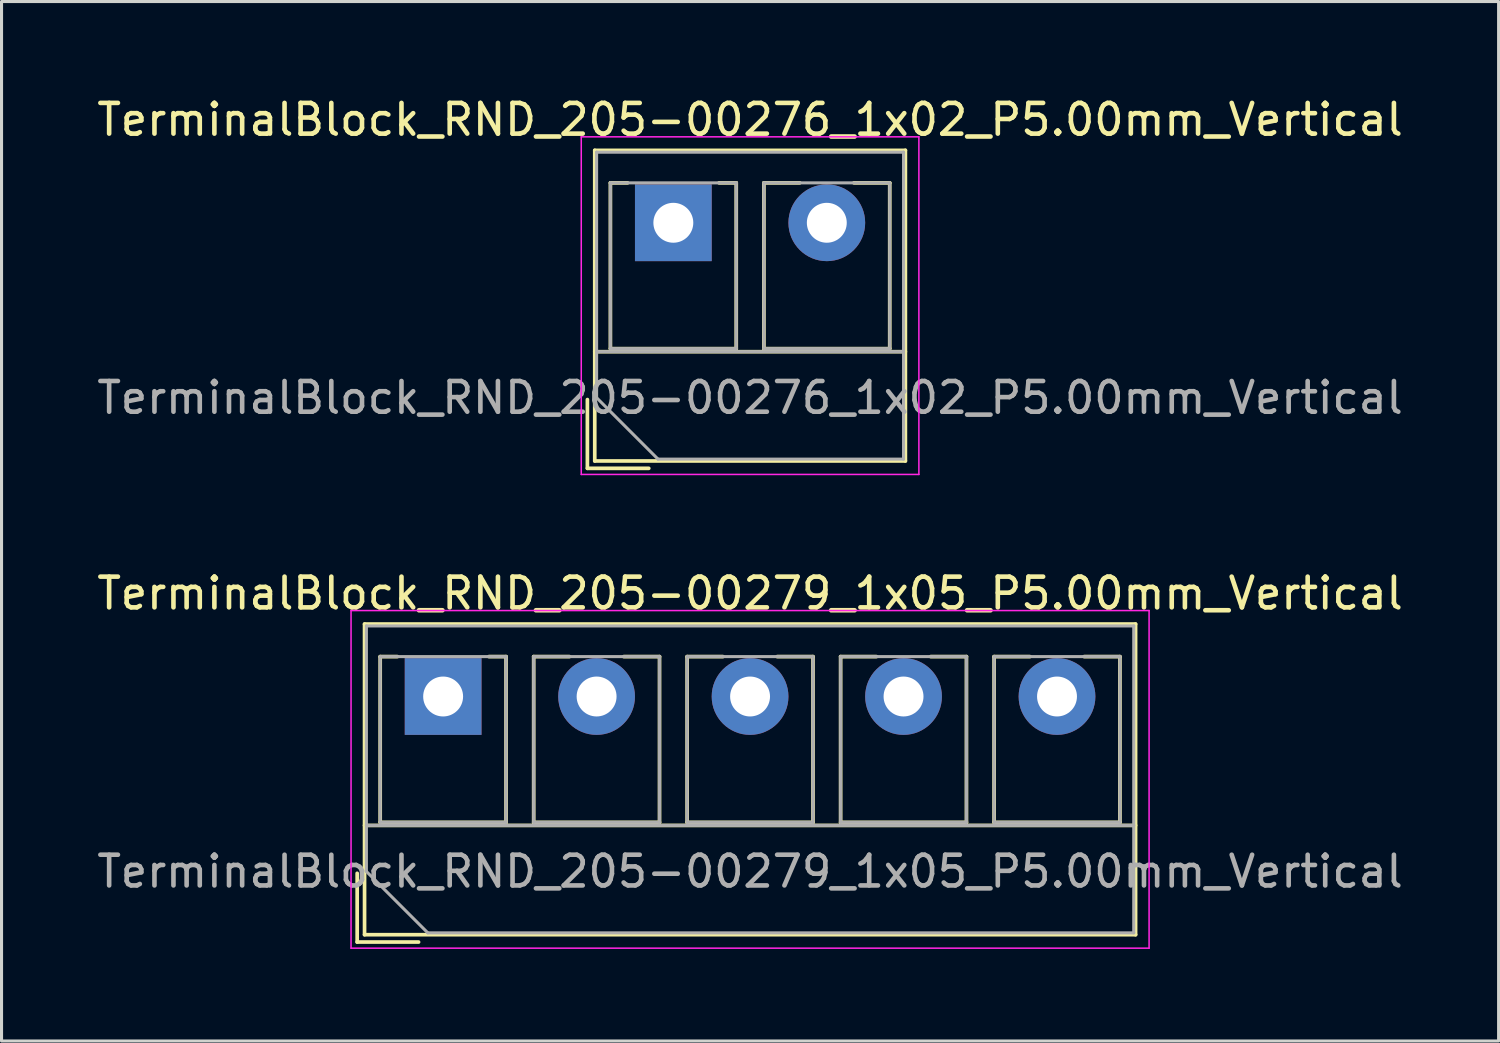
<source format=kicad_pcb>
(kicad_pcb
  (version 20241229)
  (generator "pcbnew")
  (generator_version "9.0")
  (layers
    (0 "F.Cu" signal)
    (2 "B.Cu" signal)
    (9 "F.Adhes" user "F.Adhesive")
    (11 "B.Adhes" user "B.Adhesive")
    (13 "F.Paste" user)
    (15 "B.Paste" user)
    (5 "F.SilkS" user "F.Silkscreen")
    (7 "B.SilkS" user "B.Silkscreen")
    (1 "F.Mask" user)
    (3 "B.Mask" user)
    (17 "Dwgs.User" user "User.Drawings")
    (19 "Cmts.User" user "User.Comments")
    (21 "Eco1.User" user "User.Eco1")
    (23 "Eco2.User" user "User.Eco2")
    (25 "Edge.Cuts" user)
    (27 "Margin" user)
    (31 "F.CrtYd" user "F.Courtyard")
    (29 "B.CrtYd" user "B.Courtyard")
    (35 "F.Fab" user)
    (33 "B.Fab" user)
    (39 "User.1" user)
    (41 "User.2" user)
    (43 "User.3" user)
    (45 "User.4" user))
  (footprint "TerminalBlock_RND_205-00279_1x05_P5.00mm_Vertical"
    (layer "F.Cu")
    (at 11.387 19.642)
    (property "Reference" "TerminalBlock_RND_205-00279_1x05_P5.00mm_Vertical" (at 10 -3.36 0) (layer "F.SilkS") (effects (font (size 1 1) (thickness 0.15))))
    (attr through_hole)
    (fp_line (start -2.8 5.76) (end -2.8 8) (stroke (width 0.12) (type solid)) (layer "F.SilkS"))
    (fp_line (start -2.8 8) (end -0.8 8) (stroke (width 0.12) (type solid)) (layer "F.SilkS"))
    (fp_line (start -2.56 -2.36) (end -2.56 7.76) (stroke (width 0.12) (type solid)) (layer "F.SilkS"))
    (fp_line (start -2.56 -2.36) (end 22.56 -2.36) (stroke (width 0.12) (type solid)) (layer "F.SilkS"))
    (fp_line (start -2.56 4.2) (end 22.56 4.2) (stroke (width 0.12) (type solid)) (layer "F.SilkS"))
    (fp_line (start -2.56 7.76) (end 22.56 7.76) (stroke (width 0.12) (type solid)) (layer "F.SilkS"))
    (fp_line (start -2.05 -1.3) (end -2.05 4.1) (stroke (width 0.12) (type solid)) (layer "F.SilkS"))
    (fp_line (start -2.05 -1.3) (end -1.49 -1.3) (stroke (width 0.12) (type solid)) (layer "F.SilkS"))
    (fp_line (start -2.05 4.1) (end 2.05 4.1) (stroke (width 0.12) (type solid)) (layer "F.SilkS"))
    (fp_line (start 1.49 -1.3) (end 2.05 -1.3) (stroke (width 0.12) (type solid)) (layer "F.SilkS"))
    (fp_line (start 2.05 -1.3) (end 2.05 4.1) (stroke (width 0.12) (type solid)) (layer "F.SilkS"))
    (fp_line (start 2.95 -1.3) (end 2.95 4.1) (stroke (width 0.12) (type solid)) (layer "F.SilkS"))
    (fp_line (start 2.95 -1.3) (end 4.117 -1.3) (stroke (width 0.12) (type solid)) (layer "F.SilkS"))
    (fp_line (start 2.95 4.1) (end 7.05 4.1) (stroke (width 0.12) (type solid)) (layer "F.SilkS"))
    (fp_line (start 5.884 -1.3) (end 7.05 -1.3) (stroke (width 0.12) (type solid)) (layer "F.SilkS"))
    (fp_line (start 7.05 -1.3) (end 7.05 4.1) (stroke (width 0.12) (type solid)) (layer "F.SilkS"))
    (fp_line (start 7.95 -1.3) (end 7.95 4.1) (stroke (width 0.12) (type solid)) (layer "F.SilkS"))
    (fp_line (start 7.95 -1.3) (end 9.117 -1.3) (stroke (width 0.12) (type solid)) (layer "F.SilkS"))
    (fp_line (start 7.95 4.1) (end 12.05 4.1) (stroke (width 0.12) (type solid)) (layer "F.SilkS"))
    (fp_line (start 10.884 -1.3) (end 12.05 -1.3) (stroke (width 0.12) (type solid)) (layer "F.SilkS"))
    (fp_line (start 12.05 -1.3) (end 12.05 4.1) (stroke (width 0.12) (type solid)) (layer "F.SilkS"))
    (fp_line (start 12.95 -1.3) (end 12.95 4.1) (stroke (width 0.12) (type solid)) (layer "F.SilkS"))
    (fp_line (start 12.95 -1.3) (end 14.117 -1.3) (stroke (width 0.12) (type solid)) (layer "F.SilkS"))
    (fp_line (start 12.95 4.1) (end 17.05 4.1) (stroke (width 0.12) (type solid)) (layer "F.SilkS"))
    (fp_line (start 15.884 -1.3) (end 17.05 -1.3) (stroke (width 0.12) (type solid)) (layer "F.SilkS"))
    (fp_line (start 17.05 -1.3) (end 17.05 4.1) (stroke (width 0.12) (type solid)) (layer "F.SilkS"))
    (fp_line (start 17.95 -1.3) (end 17.95 4.1) (stroke (width 0.12) (type solid)) (layer "F.SilkS"))
    (fp_line (start 17.95 -1.3) (end 19.117 -1.3) (stroke (width 0.12) (type solid)) (layer "F.SilkS"))
    (fp_line (start 17.95 4.1) (end 22.05 4.1) (stroke (width 0.12) (type solid)) (layer "F.SilkS"))
    (fp_line (start 20.884 -1.3) (end 22.05 -1.3) (stroke (width 0.12) (type solid)) (layer "F.SilkS"))
    (fp_line (start 22.05 -1.3) (end 22.05 4.1) (stroke (width 0.12) (type solid)) (layer "F.SilkS"))
    (fp_line (start 22.56 -2.36) (end 22.56 7.76) (stroke (width 0.12) (type solid)) (layer "F.SilkS"))
    (fp_line (start -3 -2.8) (end -3 8.2) (stroke (width 0.05) (type solid)) (layer "F.CrtYd"))
    (fp_line (start -3 8.2) (end 23 8.2) (stroke (width 0.05) (type solid)) (layer "F.CrtYd"))
    (fp_line (start 23 -2.8) (end -3 -2.8) (stroke (width 0.05) (type solid)) (layer "F.CrtYd"))
    (fp_line (start 23 8.2) (end 23 -2.8) (stroke (width 0.05) (type solid)) (layer "F.CrtYd"))
    (fp_line (start -2.5 -2.3) (end 22.5 -2.3) (stroke (width 0.1) (type solid)) (layer "F.Fab"))
    (fp_line (start -2.5 4.2) (end 22.5 4.2) (stroke (width 0.1) (type solid)) (layer "F.Fab"))
    (fp_line (start -2.5 5.7) (end -2.5 -2.3) (stroke (width 0.1) (type solid)) (layer "F.Fab"))
    (fp_line (start -2.05 -1.3) (end -2.05 4.1) (stroke (width 0.1) (type solid)) (layer "F.Fab"))
    (fp_line (start -2.05 4.1) (end 2.05 4.1) (stroke (width 0.1) (type solid)) (layer "F.Fab"))
    (fp_line (start -0.5 7.7) (end -2.5 5.7) (stroke (width 0.1) (type solid)) (layer "F.Fab"))
    (fp_line (start 2.05 -1.3) (end -2.05 -1.3) (stroke (width 0.1) (type solid)) (layer "F.Fab"))
    (fp_line (start 2.05 4.1) (end 2.05 -1.3) (stroke (width 0.1) (type solid)) (layer "F.Fab"))
    (fp_line (start 2.95 -1.3) (end 2.95 4.1) (stroke (width 0.1) (type solid)) (layer "F.Fab"))
    (fp_line (start 2.95 4.1) (end 7.05 4.1) (stroke (width 0.1) (type solid)) (layer "F.Fab"))
    (fp_line (start 7.05 -1.3) (end 2.95 -1.3) (stroke (width 0.1) (type solid)) (layer "F.Fab"))
    (fp_line (start 7.05 4.1) (end 7.05 -1.3) (stroke (width 0.1) (type solid)) (layer "F.Fab"))
    (fp_line (start 7.95 -1.3) (end 7.95 4.1) (stroke (width 0.1) (type solid)) (layer "F.Fab"))
    (fp_line (start 7.95 4.1) (end 12.05 4.1) (stroke (width 0.1) (type solid)) (layer "F.Fab"))
    (fp_line (start 12.05 -1.3) (end 7.95 -1.3) (stroke (width 0.1) (type solid)) (layer "F.Fab"))
    (fp_line (start 12.05 4.1) (end 12.05 -1.3) (stroke (width 0.1) (type solid)) (layer "F.Fab"))
    (fp_line (start 12.95 -1.3) (end 12.95 4.1) (stroke (width 0.1) (type solid)) (layer "F.Fab"))
    (fp_line (start 12.95 4.1) (end 17.05 4.1) (stroke (width 0.1) (type solid)) (layer "F.Fab"))
    (fp_line (start 17.05 -1.3) (end 12.95 -1.3) (stroke (width 0.1) (type solid)) (layer "F.Fab"))
    (fp_line (start 17.05 4.1) (end 17.05 -1.3) (stroke (width 0.1) (type solid)) (layer "F.Fab"))
    (fp_line (start 17.95 -1.3) (end 17.95 4.1) (stroke (width 0.1) (type solid)) (layer "F.Fab"))
    (fp_line (start 17.95 4.1) (end 22.05 4.1) (stroke (width 0.1) (type solid)) (layer "F.Fab"))
    (fp_line (start 22.05 -1.3) (end 17.95 -1.3) (stroke (width 0.1) (type solid)) (layer "F.Fab"))
    (fp_line (start 22.05 4.1) (end 22.05 -1.3) (stroke (width 0.1) (type solid)) (layer "F.Fab"))
    (fp_line (start 22.5 -2.3) (end 22.5 7.7) (stroke (width 0.1) (type solid)) (layer "F.Fab"))
    (fp_line (start 22.5 7.7) (end -0.5 7.7) (stroke (width 0.1) (type solid)) (layer "F.Fab"))
    (fp_text user "${REFERENCE}" (at 10 5.7 0) (layer "F.Fab") (effects (font (size 1 1) (thickness 0.15))))
    (pad "1" thru_hole rect (at 0 0) (size 2.5 2.5) (drill 1.3) (layers "*.Cu" "*.Mask"))
    (pad "2" thru_hole circle (at 5 0) (size 2.5 2.5) (drill 1.3) (layers "*.Cu" "*.Mask"))
    (pad "3" thru_hole circle (at 10 0) (size 2.5 2.5) (drill 1.3) (layers "*.Cu" "*.Mask"))
    (pad "4" thru_hole circle (at 15 0) (size 2.5 2.5) (drill 1.3) (layers "*.Cu" "*.Mask"))
    (pad "5" thru_hole circle (at 20 0) (size 2.5 2.5) (drill 1.3) (layers "*.Cu" "*.Mask")))
  (footprint "TerminalBlock_RND_205-00276_1x02_P5.00mm_Vertical"
    (layer "F.Cu")
    (at 18.887 4.208)
    (property "Reference" "TerminalBlock_RND_205-00276_1x02_P5.00mm_Vertical" (at 2.5 -3.36 0) (layer "F.SilkS") (effects (font (size 1 1) (thickness 0.15))))
    (attr through_hole)
    (fp_line (start -2.8 5.76) (end -2.8 8) (stroke (width 0.12) (type solid)) (layer "F.SilkS"))
    (fp_line (start -2.8 8) (end -0.8 8) (stroke (width 0.12) (type solid)) (layer "F.SilkS"))
    (fp_line (start -2.56 -2.36) (end -2.56 7.76) (stroke (width 0.12) (type solid)) (layer "F.SilkS"))
    (fp_line (start -2.56 -2.36) (end 7.56 -2.36) (stroke (width 0.12) (type solid)) (layer "F.SilkS"))
    (fp_line (start -2.56 4.2) (end 7.56 4.2) (stroke (width 0.12) (type solid)) (layer "F.SilkS"))
    (fp_line (start -2.56 7.76) (end 7.56 7.76) (stroke (width 0.12) (type solid)) (layer "F.SilkS"))
    (fp_line (start -2.05 -1.3) (end -2.05 4.1) (stroke (width 0.12) (type solid)) (layer "F.SilkS"))
    (fp_line (start -2.05 -1.3) (end -1.49 -1.3) (stroke (width 0.12) (type solid)) (layer "F.SilkS"))
    (fp_line (start -2.05 4.1) (end 2.05 4.1) (stroke (width 0.12) (type solid)) (layer "F.SilkS"))
    (fp_line (start 1.49 -1.3) (end 2.05 -1.3) (stroke (width 0.12) (type solid)) (layer "F.SilkS"))
    (fp_line (start 2.05 -1.3) (end 2.05 4.1) (stroke (width 0.12) (type solid)) (layer "F.SilkS"))
    (fp_line (start 2.95 -1.3) (end 2.95 4.1) (stroke (width 0.12) (type solid)) (layer "F.SilkS"))
    (fp_line (start 2.95 -1.3) (end 4.117 -1.3) (stroke (width 0.12) (type solid)) (layer "F.SilkS"))
    (fp_line (start 2.95 4.1) (end 7.05 4.1) (stroke (width 0.12) (type solid)) (layer "F.SilkS"))
    (fp_line (start 5.884 -1.3) (end 7.05 -1.3) (stroke (width 0.12) (type solid)) (layer "F.SilkS"))
    (fp_line (start 7.05 -1.3) (end 7.05 4.1) (stroke (width 0.12) (type solid)) (layer "F.SilkS"))
    (fp_line (start 7.56 -2.36) (end 7.56 7.76) (stroke (width 0.12) (type solid)) (layer "F.SilkS"))
    (fp_line (start -3 -2.8) (end -3 8.2) (stroke (width 0.05) (type solid)) (layer "F.CrtYd"))
    (fp_line (start -3 8.2) (end 8 8.2) (stroke (width 0.05) (type solid)) (layer "F.CrtYd"))
    (fp_line (start 8 -2.8) (end -3 -2.8) (stroke (width 0.05) (type solid)) (layer "F.CrtYd"))
    (fp_line (start 8 8.2) (end 8 -2.8) (stroke (width 0.05) (type solid)) (layer "F.CrtYd"))
    (fp_line (start -2.5 -2.3) (end 7.5 -2.3) (stroke (width 0.1) (type solid)) (layer "F.Fab"))
    (fp_line (start -2.5 4.2) (end 7.5 4.2) (stroke (width 0.1) (type solid)) (layer "F.Fab"))
    (fp_line (start -2.5 5.7) (end -2.5 -2.3) (stroke (width 0.1) (type solid)) (layer "F.Fab"))
    (fp_line (start -2.05 -1.3) (end -2.05 4.1) (stroke (width 0.1) (type solid)) (layer "F.Fab"))
    (fp_line (start -2.05 4.1) (end 2.05 4.1) (stroke (width 0.1) (type solid)) (layer "F.Fab"))
    (fp_line (start -0.5 7.7) (end -2.5 5.7) (stroke (width 0.1) (type solid)) (layer "F.Fab"))
    (fp_line (start 2.05 -1.3) (end -2.05 -1.3) (stroke (width 0.1) (type solid)) (layer "F.Fab"))
    (fp_line (start 2.05 4.1) (end 2.05 -1.3) (stroke (width 0.1) (type solid)) (layer "F.Fab"))
    (fp_line (start 2.95 -1.3) (end 2.95 4.1) (stroke (width 0.1) (type solid)) (layer "F.Fab"))
    (fp_line (start 2.95 4.1) (end 7.05 4.1) (stroke (width 0.1) (type solid)) (layer "F.Fab"))
    (fp_line (start 7.05 -1.3) (end 2.95 -1.3) (stroke (width 0.1) (type solid)) (layer "F.Fab"))
    (fp_line (start 7.05 4.1) (end 7.05 -1.3) (stroke (width 0.1) (type solid)) (layer "F.Fab"))
    (fp_line (start 7.5 -2.3) (end 7.5 7.7) (stroke (width 0.1) (type solid)) (layer "F.Fab"))
    (fp_line (start 7.5 7.7) (end -0.5 7.7) (stroke (width 0.1) (type solid)) (layer "F.Fab"))
    (fp_text user "${REFERENCE}" (at 2.5 5.7 0) (layer "F.Fab") (effects (font (size 1 1) (thickness 0.15))))
    (pad "1" thru_hole rect (at 0 0) (size 2.5 2.5) (drill 1.3) (layers "*.Cu" "*.Mask"))
    (pad "2" thru_hole circle (at 5 0) (size 2.5 2.5) (drill 1.3) (layers "*.Cu" "*.Mask")))
  (gr_rect
    (start -3 -3)
    (end 45.774 30.866)
    (stroke (width 0.1) (type default))
    (fill no)
    (layer "Edge.Cuts")))
</source>
